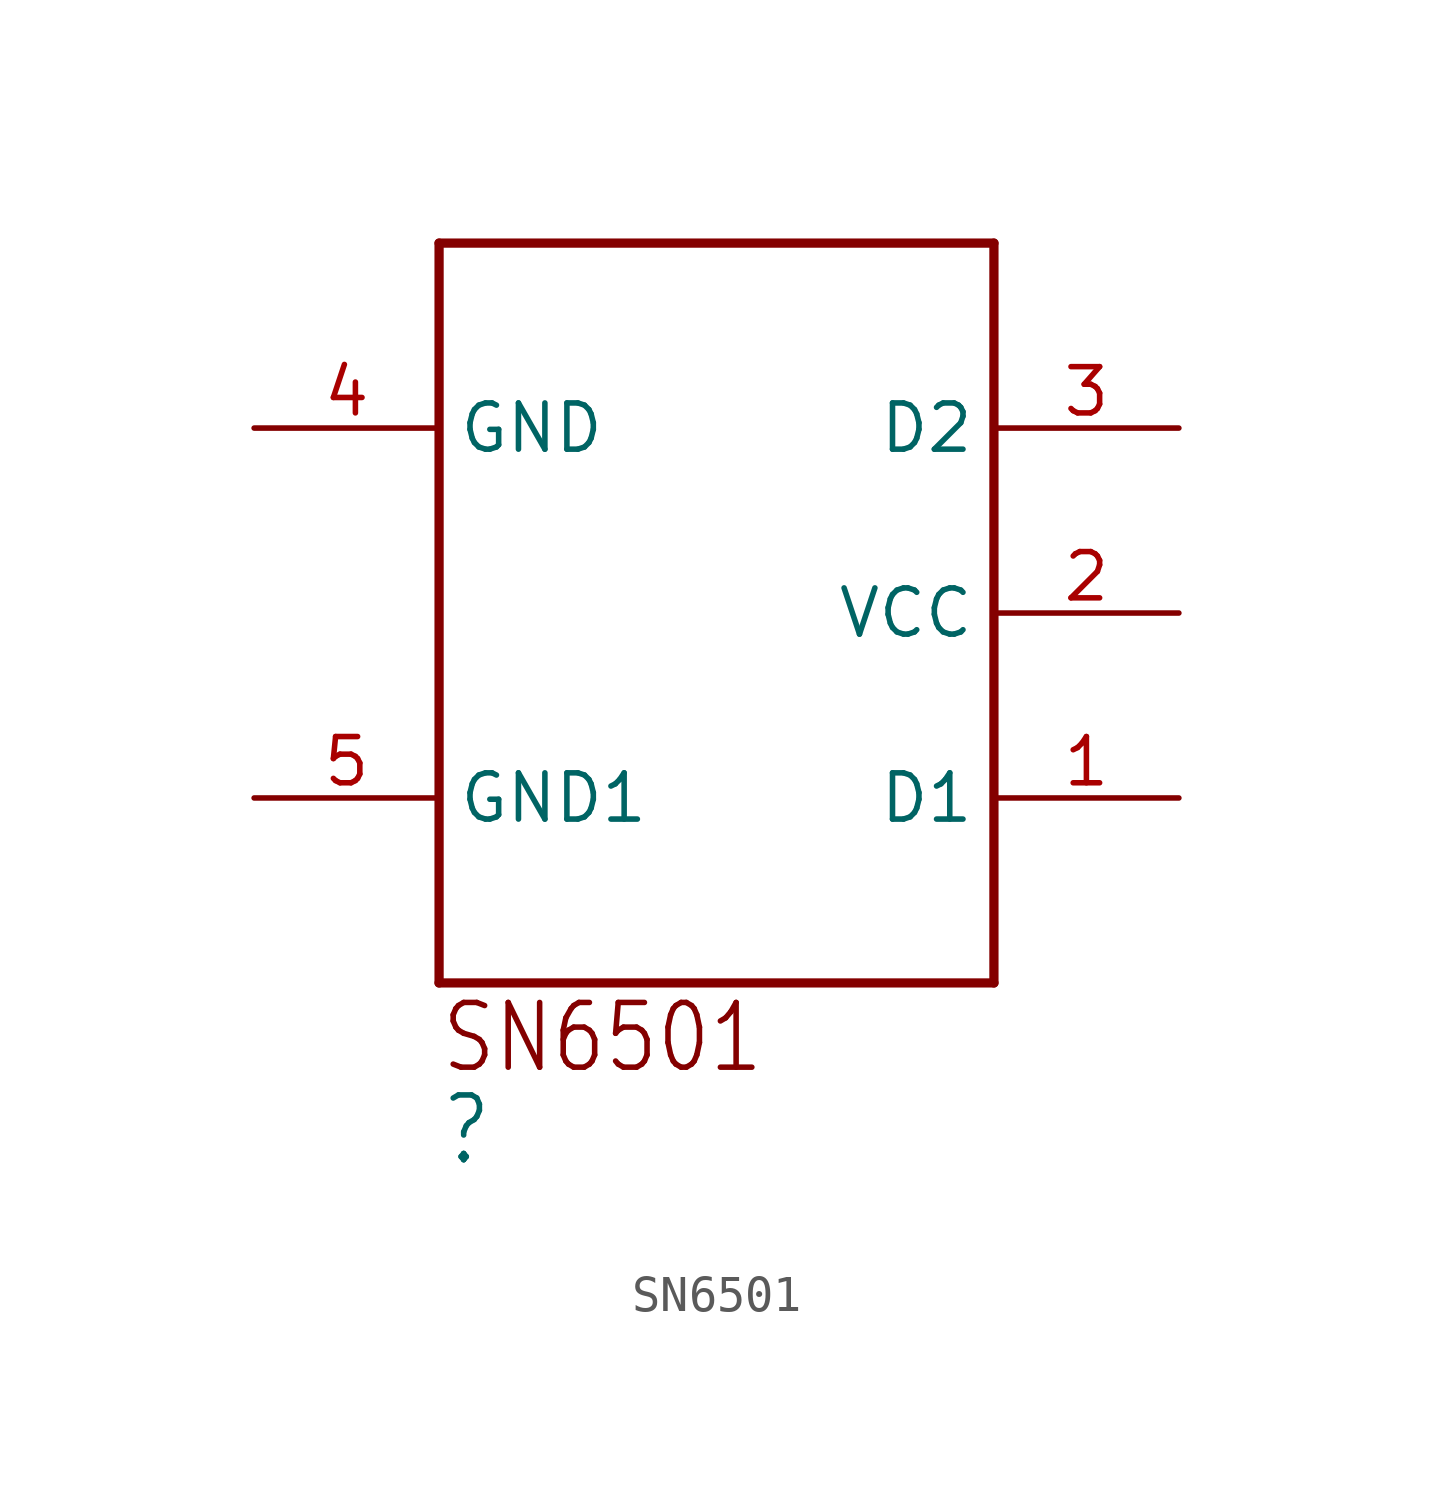
<source format=kicad_sym>
(kicad_symbol_lib
  (version 20220331)
  (generator kicad_symbol_editor)
  (symbol "SN6501"
    (property "Reference" ""
      (at 0 -5.08 0)
      (effects (font (size 1.778 1.511)) (justify left bottom)))
    (property "ki_locked" ""
      (at 0 0 0)
      (effects (font (size 1.27 1.27))))
    (symbol "SN6501_1_0"
      (polyline (pts (xy 0 0) (xy 15.24 0)) (stroke (width 0.254) (type solid)) (fill (type none)))
      (polyline (pts (xy 0 20.32) (xy 0 0)) (stroke (width 0.254) (type solid)) (fill (type none)))
      (polyline (pts (xy 15.24 0) (xy 15.24 20.32)) (stroke (width 0.254) (type solid)) (fill (type none)))
      (polyline (pts (xy 15.24 20.32) (xy 0 20.32)) (stroke (width 0.254) (type solid)) (fill (type none)))
      (text "SN6501" (at 0 -2.54 0) (effects (font (size 1.778 1.511)) (justify left bottom)))
      (pin bidirectional line (at 20.32 5.08 180) (length 5.08) (name "D1" (effects (font (size 1.27 1.27)))) (number "1" (effects (font (size 1.27 1.27)))))
      (pin bidirectional line (at 20.32 10.16 180) (length 5.08) (name "VCC" (effects (font (size 1.27 1.27)))) (number "2" (effects (font (size 1.27 1.27)))))
      (pin bidirectional line (at 20.32 15.24 180) (length 5.08) (name "D2" (effects (font (size 1.27 1.27)))) (number "3" (effects (font (size 1.27 1.27)))))
      (pin bidirectional line (at -5.08 15.24 0) (length 5.08) (name "GND" (effects (font (size 1.27 1.27)))) (number "4" (effects (font (size 1.27 1.27)))))
      (pin bidirectional line (at -5.08 5.08 0) (length 5.08) (name "GND1" (effects (font (size 1.27 1.27)))) (number "5" (effects (font (size 1.27 1.27))))))))
</source>
